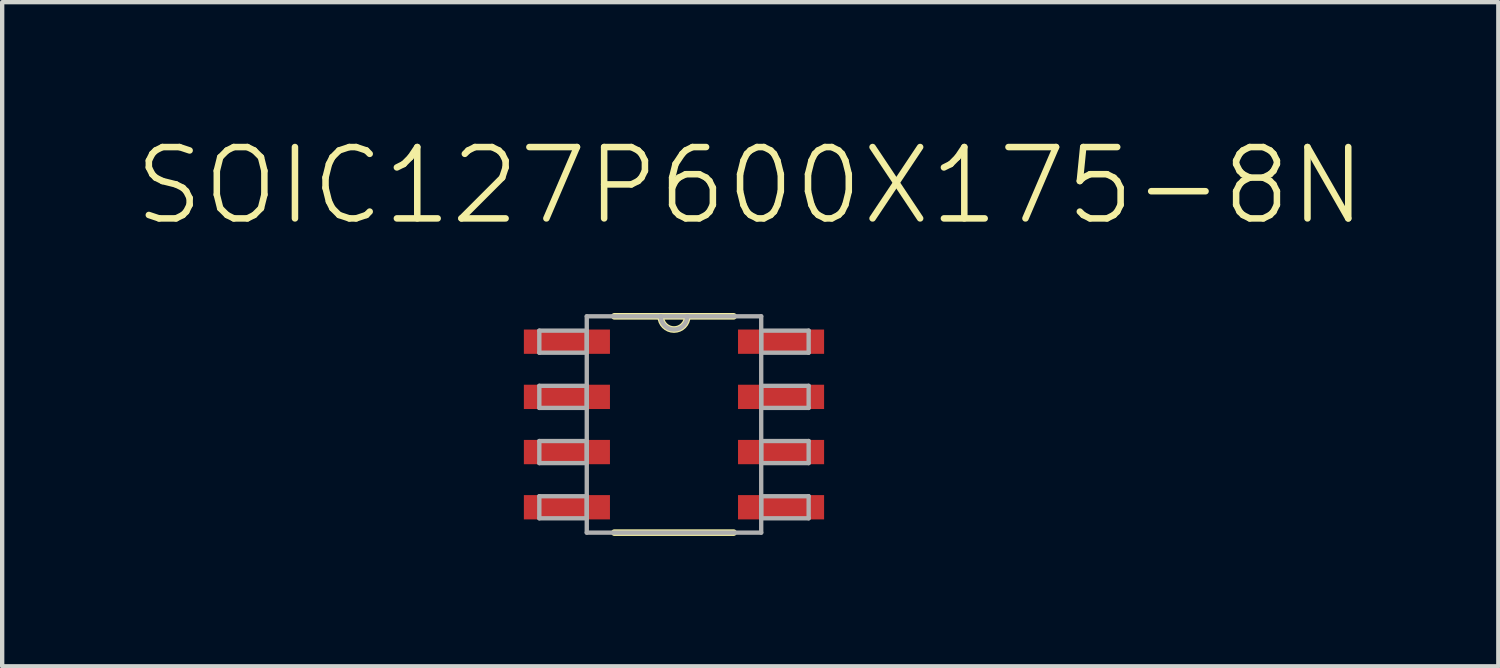
<source format=kicad_pcb>
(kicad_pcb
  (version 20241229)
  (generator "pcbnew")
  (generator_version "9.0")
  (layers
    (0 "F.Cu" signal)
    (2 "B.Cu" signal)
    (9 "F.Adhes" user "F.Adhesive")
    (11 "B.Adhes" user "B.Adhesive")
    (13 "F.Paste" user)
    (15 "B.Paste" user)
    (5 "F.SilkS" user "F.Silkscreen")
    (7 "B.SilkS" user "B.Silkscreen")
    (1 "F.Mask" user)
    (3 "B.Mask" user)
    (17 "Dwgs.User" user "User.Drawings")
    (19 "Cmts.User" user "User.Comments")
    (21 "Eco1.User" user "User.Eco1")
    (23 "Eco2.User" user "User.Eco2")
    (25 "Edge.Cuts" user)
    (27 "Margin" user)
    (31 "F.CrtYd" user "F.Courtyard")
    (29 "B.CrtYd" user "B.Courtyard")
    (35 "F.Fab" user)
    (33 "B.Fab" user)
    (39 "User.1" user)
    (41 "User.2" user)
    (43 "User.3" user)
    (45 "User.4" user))
  (footprint "SOIC127P600X175-8N"
    (layer "F.Cu")
    (at 12.46 6.718)
    (property "Reference" "SOIC127P600X175-8N" (at 1.755 -5.494 0) (layer "F.SilkS") (effects (font (size 1.642 1.642) (thickness 0.15))))
    (attr smd)
    (fp_line (start -1.372 2.489) (end 1.372 2.489) (stroke (width 0.152) (type solid)) (layer "F.SilkS"))
    (fp_line (start -0.305 -2.489) (end -1.372 -2.489) (stroke (width 0.152) (type solid)) (layer "F.SilkS"))
    (fp_line (start 0.305 -2.489) (end -0.305 -2.489) (stroke (width 0.152) (type solid)) (layer "F.SilkS"))
    (fp_line (start 1.372 -2.489) (end 0.305 -2.489) (stroke (width 0.152) (type solid)) (layer "F.SilkS"))
    (fp_arc (start 0.3048 -2.4892) (mid 0 -2.1844) (end -0.3048 -2.4892) (stroke (width 0.1524) (type solid)) (layer "F.SilkS"))
    (fp_line (start -3.099 -2.159) (end -3.099 -1.651) (stroke (width 0.1) (type solid)) (layer "F.Fab"))
    (fp_line (start -3.099 -1.651) (end -2.007 -1.651) (stroke (width 0.1) (type solid)) (layer "F.Fab"))
    (fp_line (start -3.099 -0.889) (end -3.099 -0.381) (stroke (width 0.1) (type solid)) (layer "F.Fab"))
    (fp_line (start -3.099 -0.381) (end -2.007 -0.381) (stroke (width 0.1) (type solid)) (layer "F.Fab"))
    (fp_line (start -3.099 0.381) (end -3.099 0.889) (stroke (width 0.1) (type solid)) (layer "F.Fab"))
    (fp_line (start -3.099 0.889) (end -2.007 0.889) (stroke (width 0.1) (type solid)) (layer "F.Fab"))
    (fp_line (start -3.099 1.651) (end -3.099 2.159) (stroke (width 0.1) (type solid)) (layer "F.Fab"))
    (fp_line (start -3.099 2.159) (end -2.007 2.159) (stroke (width 0.1) (type solid)) (layer "F.Fab"))
    (fp_line (start -2.007 -2.489) (end -2.007 2.489) (stroke (width 0.1) (type solid)) (layer "F.Fab"))
    (fp_line (start -2.007 -2.159) (end -3.099 -2.159) (stroke (width 0.1) (type solid)) (layer "F.Fab"))
    (fp_line (start -2.007 -1.651) (end -2.007 -2.159) (stroke (width 0.1) (type solid)) (layer "F.Fab"))
    (fp_line (start -2.007 -0.889) (end -3.099 -0.889) (stroke (width 0.1) (type solid)) (layer "F.Fab"))
    (fp_line (start -2.007 -0.381) (end -2.007 -0.889) (stroke (width 0.1) (type solid)) (layer "F.Fab"))
    (fp_line (start -2.007 0.381) (end -3.099 0.381) (stroke (width 0.1) (type solid)) (layer "F.Fab"))
    (fp_line (start -2.007 0.889) (end -2.007 0.381) (stroke (width 0.1) (type solid)) (layer "F.Fab"))
    (fp_line (start -2.007 1.651) (end -3.099 1.651) (stroke (width 0.1) (type solid)) (layer "F.Fab"))
    (fp_line (start -2.007 2.159) (end -2.007 1.651) (stroke (width 0.1) (type solid)) (layer "F.Fab"))
    (fp_line (start -2.007 2.489) (end 2.007 2.489) (stroke (width 0.1) (type solid)) (layer "F.Fab"))
    (fp_line (start -0.305 -2.489) (end -2.007 -2.489) (stroke (width 0.1) (type solid)) (layer "F.Fab"))
    (fp_line (start 0.305 -2.489) (end -0.305 -2.489) (stroke (width 0.1) (type solid)) (layer "F.Fab"))
    (fp_line (start 2.007 -2.489) (end 0.305 -2.489) (stroke (width 0.1) (type solid)) (layer "F.Fab"))
    (fp_line (start 2.007 -2.159) (end 2.007 -1.651) (stroke (width 0.1) (type solid)) (layer "F.Fab"))
    (fp_line (start 2.007 -1.651) (end 3.099 -1.651) (stroke (width 0.1) (type solid)) (layer "F.Fab"))
    (fp_line (start 2.007 -0.889) (end 2.007 -0.381) (stroke (width 0.1) (type solid)) (layer "F.Fab"))
    (fp_line (start 2.007 -0.381) (end 3.099 -0.381) (stroke (width 0.1) (type solid)) (layer "F.Fab"))
    (fp_line (start 2.007 0.381) (end 2.007 0.889) (stroke (width 0.1) (type solid)) (layer "F.Fab"))
    (fp_line (start 2.007 0.889) (end 3.099 0.889) (stroke (width 0.1) (type solid)) (layer "F.Fab"))
    (fp_line (start 2.007 1.651) (end 2.007 2.159) (stroke (width 0.1) (type solid)) (layer "F.Fab"))
    (fp_line (start 2.007 2.159) (end 3.099 2.159) (stroke (width 0.1) (type solid)) (layer "F.Fab"))
    (fp_line (start 2.007 2.489) (end 2.007 -2.489) (stroke (width 0.1) (type solid)) (layer "F.Fab"))
    (fp_line (start 3.099 -2.159) (end 2.007 -2.159) (stroke (width 0.1) (type solid)) (layer "F.Fab"))
    (fp_line (start 3.099 -1.651) (end 3.099 -2.159) (stroke (width 0.1) (type solid)) (layer "F.Fab"))
    (fp_line (start 3.099 -0.889) (end 2.007 -0.889) (stroke (width 0.1) (type solid)) (layer "F.Fab"))
    (fp_line (start 3.099 -0.381) (end 3.099 -0.889) (stroke (width 0.1) (type solid)) (layer "F.Fab"))
    (fp_line (start 3.099 0.381) (end 2.007 0.381) (stroke (width 0.1) (type solid)) (layer "F.Fab"))
    (fp_line (start 3.099 0.889) (end 3.099 0.381) (stroke (width 0.1) (type solid)) (layer "F.Fab"))
    (fp_line (start 3.099 1.651) (end 2.007 1.651) (stroke (width 0.1) (type solid)) (layer "F.Fab"))
    (fp_line (start 3.099 2.159) (end 3.099 1.651) (stroke (width 0.1) (type solid)) (layer "F.Fab"))
    (fp_arc (start 0.3048 -2.4892) (mid 0 -2.1844) (end -0.3048 -2.4892) (stroke (width 0.1) (type solid)) (layer "F.Fab"))
    (pad "1" smd rect (at -2.464 -1.905) (size 1.981 0.559) (layers "F.Cu" "F.Mask" "F.Paste"))
    (pad "2" smd rect (at -2.464 -0.635) (size 1.981 0.559) (layers "F.Cu" "F.Mask" "F.Paste"))
    (pad "3" smd rect (at -2.464 0.635) (size 1.981 0.559) (layers "F.Cu" "F.Mask" "F.Paste"))
    (pad "4" smd rect (at -2.464 1.905) (size 1.981 0.559) (layers "F.Cu" "F.Mask" "F.Paste"))
    (pad "5" smd rect (at 2.464 1.905) (size 1.981 0.559) (layers "F.Cu" "F.Mask" "F.Paste"))
    (pad "6" smd rect (at 2.464 0.635) (size 1.981 0.559) (layers "F.Cu" "F.Mask" "F.Paste"))
    (pad "7" smd rect (at 2.464 -0.635) (size 1.981 0.559) (layers "F.Cu" "F.Mask" "F.Paste"))
    (pad "8" smd rect (at 2.464 -1.905) (size 1.981 0.559) (layers "F.Cu" "F.Mask" "F.Paste")))
  (gr_rect
    (start -3 -3)
    (end 31.43 12.283)
    (stroke (width 0.1) (type default))
    (fill no)
    (layer "Edge.Cuts")))
</source>
